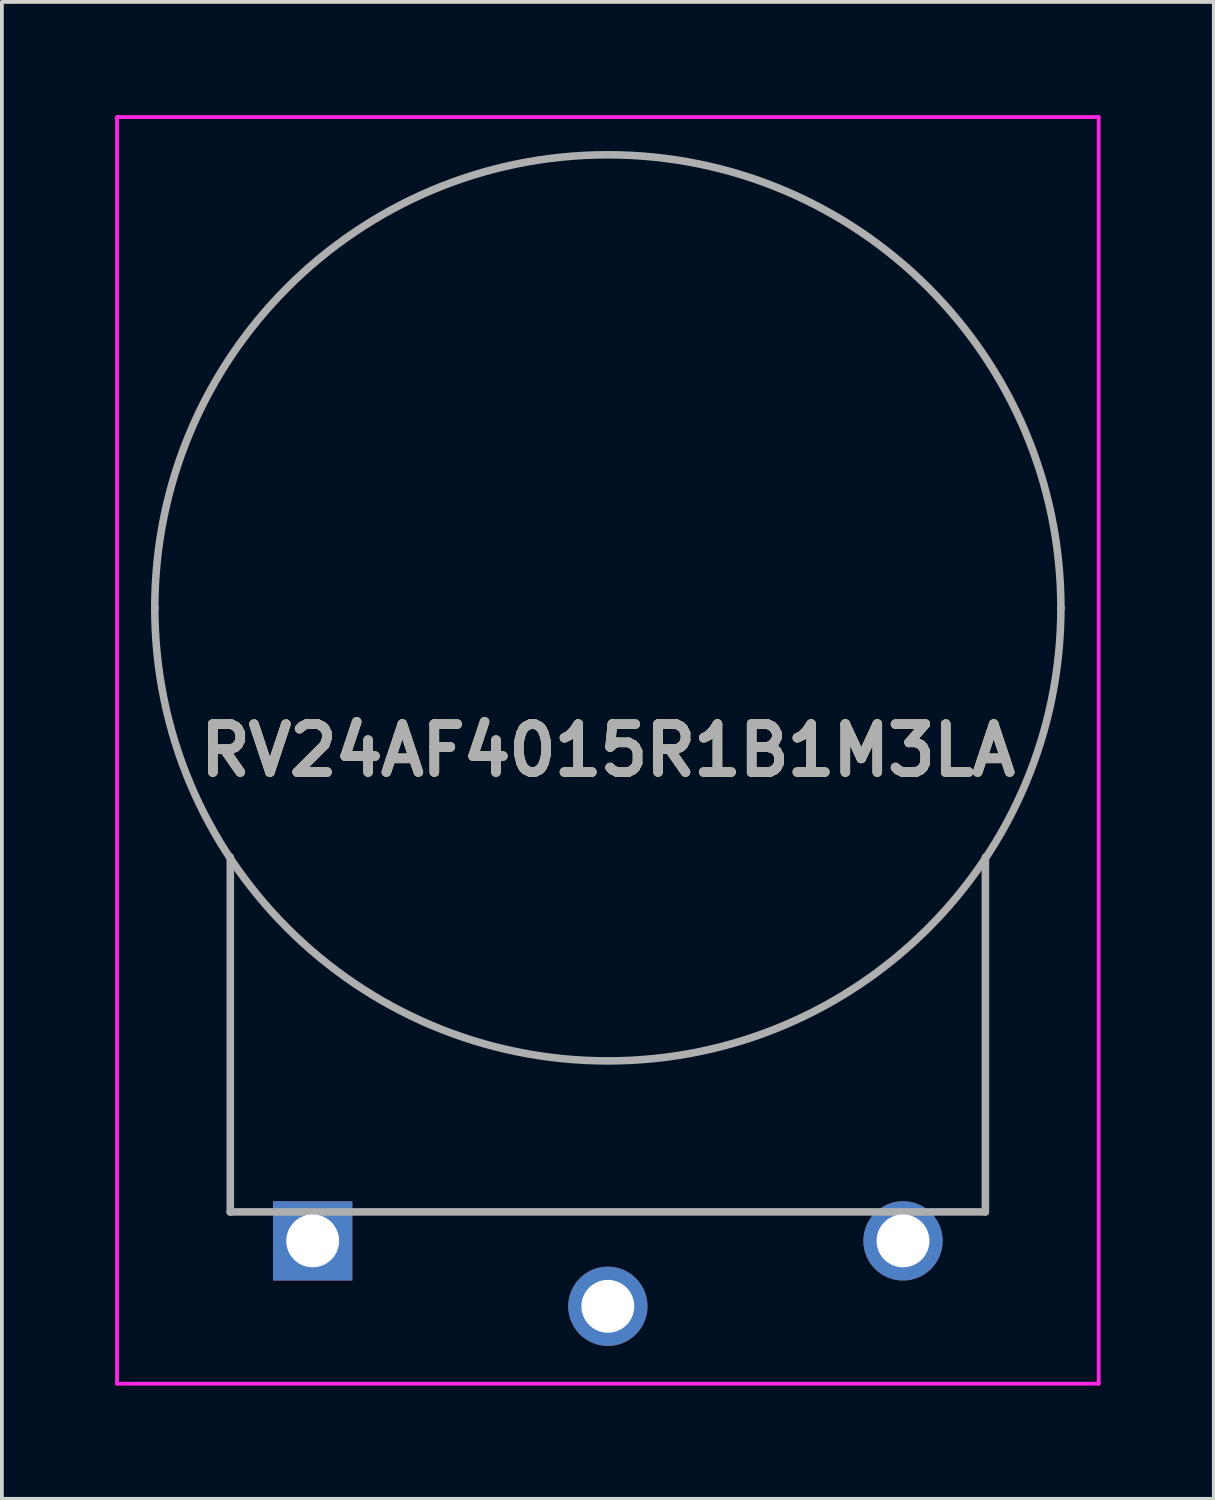
<source format=kicad_pcb>
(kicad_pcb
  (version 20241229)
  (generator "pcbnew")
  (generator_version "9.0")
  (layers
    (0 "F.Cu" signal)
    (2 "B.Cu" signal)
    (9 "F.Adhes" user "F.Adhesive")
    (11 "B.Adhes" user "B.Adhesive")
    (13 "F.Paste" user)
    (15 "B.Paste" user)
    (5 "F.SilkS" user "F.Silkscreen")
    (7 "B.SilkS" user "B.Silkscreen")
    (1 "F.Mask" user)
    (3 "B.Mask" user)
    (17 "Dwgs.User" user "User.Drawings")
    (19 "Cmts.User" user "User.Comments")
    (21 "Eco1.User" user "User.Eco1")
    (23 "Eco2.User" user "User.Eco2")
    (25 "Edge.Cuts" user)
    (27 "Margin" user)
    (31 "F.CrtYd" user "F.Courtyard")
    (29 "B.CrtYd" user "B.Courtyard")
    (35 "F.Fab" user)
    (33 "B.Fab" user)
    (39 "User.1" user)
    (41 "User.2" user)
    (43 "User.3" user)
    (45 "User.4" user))
  (footprint "RV24AF4015R1B1M3LA"
    (layer "F.Cu")
    (at 5.232 29.817)
    (property "Reference" "RV24AF4015R1B1M3LA" (at 7.818 -12.992 0) (layer "F.SilkS") (effects (font (size 1.27 1.27) (thickness 0.254))))
    (attr through_hole)
    (fp_line (start -4.182 -16.767) (end -4.182 -16.767) (stroke (width 0.1) (type solid)) (layer "F.SilkS"))
    (fp_line (start -2.182 -10.167) (end -2.182 -0.767) (stroke (width 0.1) (type solid)) (layer "F.SilkS"))
    (fp_line (start 17.818 -10.167) (end 17.818 -0.767) (stroke (width 0.1) (type solid)) (layer "F.SilkS"))
    (fp_line (start 19.818 -16.767) (end 19.818 -16.767) (stroke (width 0.1) (type solid)) (layer "F.SilkS"))
    (fp_arc (start -4.182 -16.767) (mid 7.818 -28.767) (end 19.818 -16.767) (stroke (width 0.1) (type solid)) (layer "F.SilkS"))
    (fp_arc (start 19.818 -16.767) (mid 7.818 -4.767) (end -4.182 -16.767) (stroke (width 0.1) (type solid)) (layer "F.SilkS"))
    (fp_line (start -5.182 -29.767) (end 20.818 -29.767) (stroke (width 0.1) (type solid)) (layer "F.CrtYd"))
    (fp_line (start -5.182 3.783) (end -5.182 -29.767) (stroke (width 0.1) (type solid)) (layer "F.CrtYd"))
    (fp_line (start 20.818 -29.767) (end 20.818 3.783) (stroke (width 0.1) (type solid)) (layer "F.CrtYd"))
    (fp_line (start 20.818 3.783) (end -5.182 3.783) (stroke (width 0.1) (type solid)) (layer "F.CrtYd"))
    (fp_line (start -4.182 -16.767) (end -4.182 -16.767) (stroke (width 0.2) (type solid)) (layer "F.Fab"))
    (fp_line (start -2.182 -10.167) (end -2.182 -0.767) (stroke (width 0.2) (type solid)) (layer "F.Fab"))
    (fp_line (start -2.182 -0.767) (end -2.182 -0.767) (stroke (width 0.2) (type solid)) (layer "F.Fab"))
    (fp_line (start -2.182 -0.767) (end 17.818 -0.767) (stroke (width 0.2) (type solid)) (layer "F.Fab"))
    (fp_line (start 17.818 -10.167) (end 17.818 -0.767) (stroke (width 0.2) (type solid)) (layer "F.Fab"))
    (fp_line (start 19.818 -16.767) (end 19.818 -16.767) (stroke (width 0.2) (type solid)) (layer "F.Fab"))
    (fp_arc (start -4.182 -16.767) (mid 7.818 -28.767) (end 19.818 -16.767) (stroke (width 0.2) (type solid)) (layer "F.Fab"))
    (fp_arc (start 19.818 -16.767) (mid 7.818 -4.767) (end -4.182 -16.767) (stroke (width 0.2) (type solid)) (layer "F.Fab"))
    (fp_text user "${REFERENCE}" (at 7.818 -12.992 0) (layer "F.Fab") (effects (font (size 1.27 1.27) (thickness 0.254))))
    (pad "1" thru_hole rect (at 0 0) (size 2.1 2.1) (drill 1.4) (layers "*.Cu" "*.Mask"))
    (pad "2" thru_hole circle (at 7.818 1.733) (size 2.1 2.1) (drill 1.4) (layers "*.Cu" "*.Mask"))
    (pad "3" thru_hole circle (at 15.636 0) (size 2.1 2.1) (drill 1.4) (layers "*.Cu" "*.Mask")))
  (gr_rect
    (start -3 -3)
    (end 29.1 36.65)
    (stroke (width 0.1) (type default))
    (fill no)
    (layer "Edge.Cuts")))
</source>
